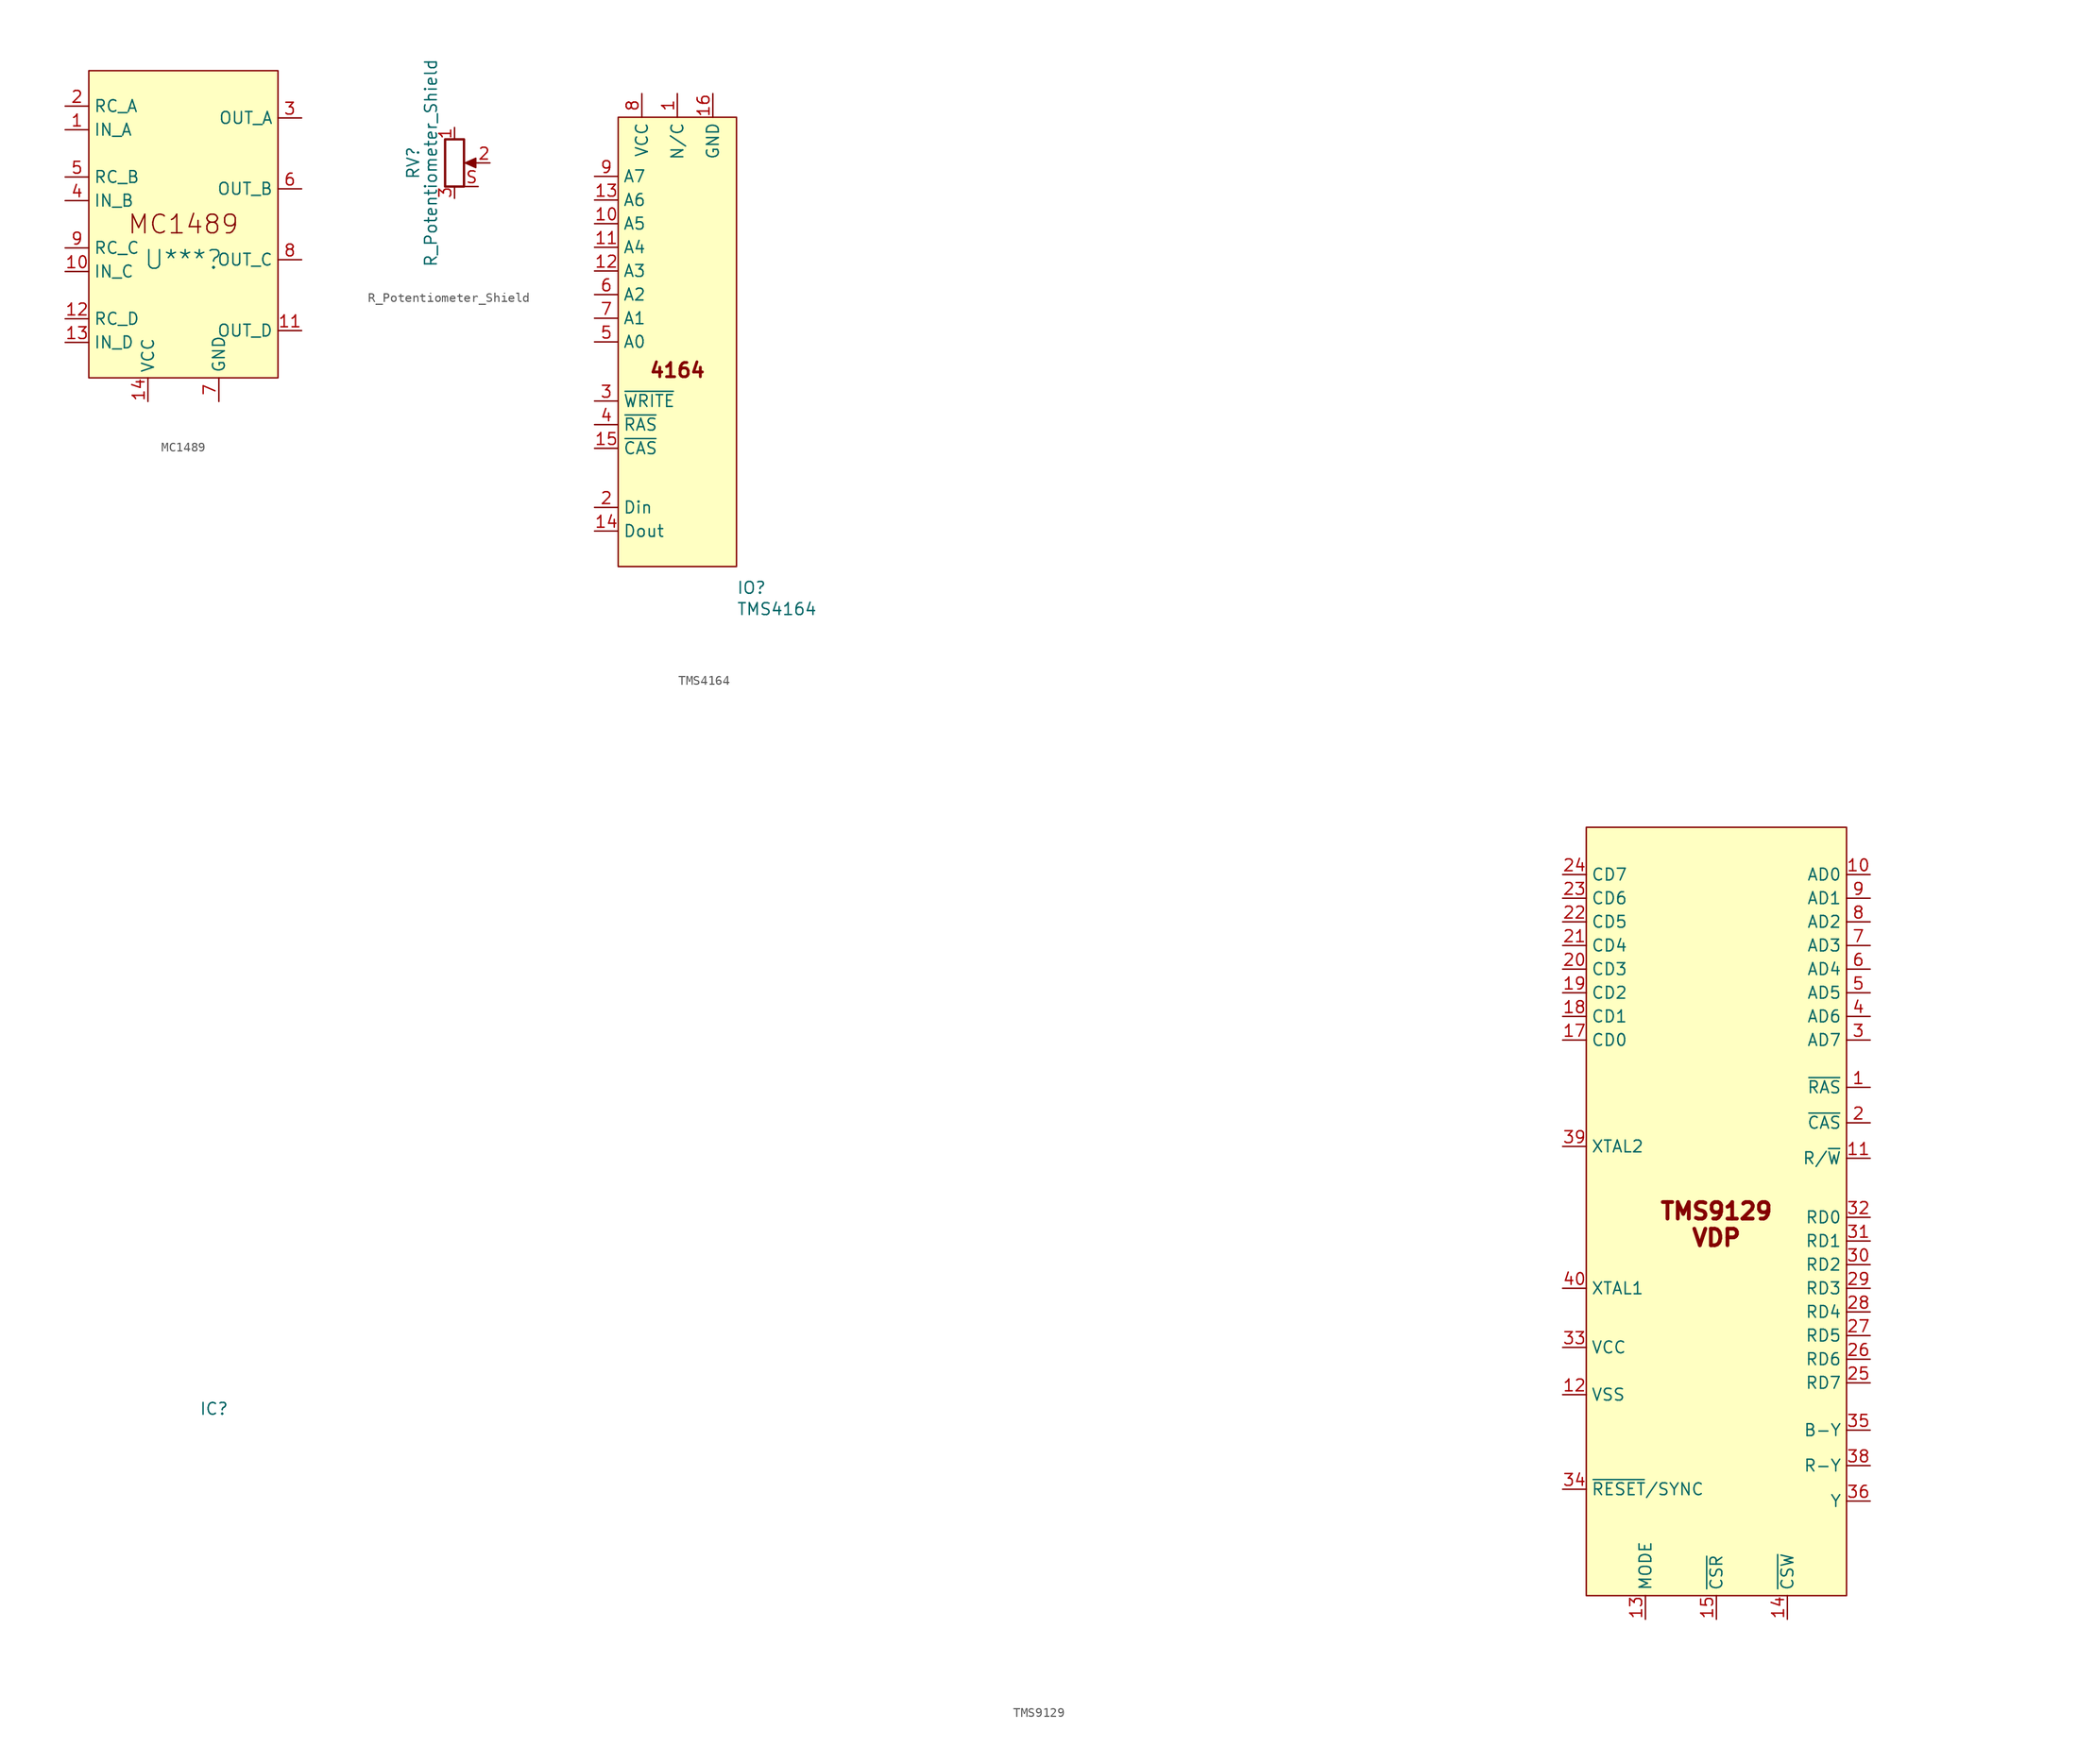
<source format=kicad_sym>
(kicad_symbol_lib
  (version 20241209)
  (generator "kicad_symbol_editor")
  (generator_version "9.0")
  (symbol "MC1489"
    (property "Reference" "U***"
      (at 0 -3.81 0)
      (effects (font (size 2 2))))
    (symbol "MC1489_0_0"
      (pin input line (at -12.7 12.7 0) (length 2.54) (name "RC_A" (effects (font (size 1.27 1.27)))) (number "2" (effects (font (size 1.27 1.27)))))
      (pin input line (at -12.7 10.16 0) (length 2.54) (name "IN_A" (effects (font (size 1.27 1.27)))) (number "1" (effects (font (size 1.27 1.27)))))
      (pin input line (at -12.7 5.08 0) (length 2.54) (name "RC_B" (effects (font (size 1.27 1.27)))) (number "5" (effects (font (size 1.27 1.27)))))
      (pin input line (at -12.7 2.54 0) (length 2.54) (name "IN_B" (effects (font (size 1.27 1.27)))) (number "4" (effects (font (size 1.27 1.27)))))
      (pin input line (at -12.7 -2.54 0) (length 2.54) (name "RC_C" (effects (font (size 1.27 1.27)))) (number "9" (effects (font (size 1.27 1.27)))))
      (pin input line (at -12.7 -5.08 0) (length 2.54) (name "IN_C" (effects (font (size 1.27 1.27)))) (number "10" (effects (font (size 1.27 1.27)))))
      (pin input line (at -12.7 -10.16 0) (length 2.54) (name "RC_D" (effects (font (size 1.27 1.27)))) (number "12" (effects (font (size 1.27 1.27)))))
      (pin input line (at -12.7 -12.7 0) (length 2.54) (name "IN_D" (effects (font (size 1.27 1.27)))) (number "13" (effects (font (size 1.27 1.27)))))
      (pin power_in line (at -3.81 -19.05 90) (length 2.54) (name "VCC" (effects (font (size 1.27 1.27)))) (number "14" (effects (font (size 1.27 1.27)))))
      (pin power_in line (at 3.81 -19.05 90) (length 2.54) (name "GND" (effects (font (size 1.27 1.27)))) (number "7" (effects (font (size 1.27 1.27)))))
      (pin output line (at 12.7 11.43 180) (length 2.54) (name "OUT_A" (effects (font (size 1.27 1.27)))) (number "3" (effects (font (size 1.27 1.27)))))
      (pin output line (at 12.7 3.81 180) (length 2.54) (name "OUT_B" (effects (font (size 1.27 1.27)))) (number "6" (effects (font (size 1.27 1.27)))))
      (pin output line (at 12.7 -3.81 180) (length 2.54) (name "OUT_C" (effects (font (size 1.27 1.27)))) (number "8" (effects (font (size 1.27 1.27)))))
      (pin output line (at 12.7 -11.43 180) (length 2.54) (name "OUT_D" (effects (font (size 1.27 1.27)))) (number "11" (effects (font (size 1.27 1.27))))))
    (symbol "MC1489_1_1"
      (rectangle (start -10.16 16.51) (end 10.16 -16.51) (stroke (width 0) (type default)) (fill (type background)))
      (text "MC1489" (at 0 0 0) (effects (font (size 2 2))))))
  (symbol "R_Potentiometer_Shield"
    (pin_names
      (offset 1.016)
      (hide yes))
    (property "Reference" "RV"
      (at -4.445 0 90)
      (effects (font (size 1.27 1.27))))
    (property "Value" "R_Potentiometer_Shield"
      (at -2.54 0 90)
      (effects (font (size 1.27 1.27))))
    (symbol "R_Potentiometer_Shield_0_1"
      (rectangle (start 1.016 2.54) (end -1.016 -2.54) (stroke (width 0.254) (type default)) (fill (type none)))
      (polyline (pts (xy 1.143 0) (xy 2.286 0.508) (xy 2.286 -0.508) (xy 1.143 0)) (stroke (width 0) (type default)) (fill (type outline)))
      (polyline (pts (xy 2.54 0) (xy 1.524 0)) (stroke (width 0) (type default)) (fill (type none))))
    (symbol "R_Potentiometer_Shield_1_1"
      (pin passive line (at 0 3.81 270) (length 1.27) (name "1" (effects (font (size 1.27 1.27)))) (number "1" (effects (font (size 1.27 1.27)))))
      (pin passive line (at 0 -3.81 90) (length 1.27) (name "3" (effects (font (size 1.27 1.27)))) (number "3" (effects (font (size 1.27 1.27)))))
      (pin passive line (at 2.54 -2.54 180) (length 1.397) (name "S" (effects (font (size 1.27 1.27)))) (number "S" (effects (font (size 1.27 1.27)))))
      (pin passive line (at 3.81 0 180) (length 1.27) (name "2" (effects (font (size 1.27 1.27)))) (number "2" (effects (font (size 1.27 1.27)))))))
  (symbol "TMS4164"
    (property "Reference" "IO"
      (at 6.35 -26.416 0)
      (effects (font (size 1.27 1.27)) (justify left)))
    (property "Value" "TMS4164"
      (at 6.35 -28.702 0)
      (effects (font (size 1.27 1.27)) (justify left)))
    (symbol "TMS4164_0_0"
      (pin input line (at -8.89 17.78 0) (length 2.54) (name "A7" (effects (font (size 1.27 1.27)))) (number "9" (effects (font (size 1.27 1.27)))))
      (pin input line (at -8.89 15.24 0) (length 2.54) (name "A6" (effects (font (size 1.27 1.27)))) (number "13" (effects (font (size 1.27 1.27)))))
      (pin input line (at -8.89 12.7 0) (length 2.54) (name "A5" (effects (font (size 1.27 1.27)))) (number "10" (effects (font (size 1.27 1.27)))))
      (pin input line (at -8.89 10.16 0) (length 2.54) (name "A4" (effects (font (size 1.27 1.27)))) (number "11" (effects (font (size 1.27 1.27)))))
      (pin input line (at -8.89 7.62 0) (length 2.54) (name "A3" (effects (font (size 1.27 1.27)))) (number "12" (effects (font (size 1.27 1.27)))))
      (pin input line (at -8.89 5.08 0) (length 2.54) (name "A2" (effects (font (size 1.27 1.27)))) (number "6" (effects (font (size 1.27 1.27)))))
      (pin input line (at -8.89 2.54 0) (length 2.54) (name "A1" (effects (font (size 1.27 1.27)))) (number "7" (effects (font (size 1.27 1.27)))))
      (pin input line (at -8.89 0 0) (length 2.54) (name "A0" (effects (font (size 1.27 1.27)))) (number "5" (effects (font (size 1.27 1.27)))))
      (pin input line (at -8.89 -6.35 0) (length 2.54) (name "~{WRITE}" (effects (font (size 1.27 1.27)))) (number "3" (effects (font (size 1.27 1.27)))))
      (pin input line (at -8.89 -8.89 0) (length 2.54) (name "~{RAS}" (effects (font (size 1.27 1.27)))) (number "4" (effects (font (size 1.27 1.27)))))
      (pin input line (at -8.89 -11.43 0) (length 2.54) (name "~{CAS}" (effects (font (size 1.27 1.27)))) (number "15" (effects (font (size 1.27 1.27)))))
      (pin power_in line (at -3.81 26.67 270) (length 2.54) (name "VCC" (effects (font (size 1.27 1.27)))) (number "8" (effects (font (size 1.27 1.27)))))
      (pin power_in line (at 3.81 26.67 270) (length 2.54) (name "GND" (effects (font (size 1.27 1.27)))) (number "16" (effects (font (size 1.27 1.27))))))
    (symbol "TMS4164_1_0"
      (pin bidirectional line (at -8.89 -17.78 0) (length 2.54) (name "Din" (effects (font (size 1.27 1.27)))) (number "2" (effects (font (size 1.27 1.27)))))
      (pin bidirectional line (at -8.89 -20.32 0) (length 2.54) (name "Dout" (effects (font (size 1.27 1.27)))) (number "14" (effects (font (size 1.27 1.27)))))
      (pin passive line (at 0 26.67 270) (length 2.54) (name "N/C" (effects (font (size 1.27 1.27)))) (number "1" (effects (font (size 1.27 1.27))))))
    (symbol "TMS4164_1_1"
      (rectangle (start -6.35 24.13) (end 6.35 -24.13) (stroke (width 0) (type default)) (fill (type background)))
      (text "4164" (at 0 -3.048 0) (effects (font (size 1.524 1.524) (thickness 0.305) (bold yes))))))
  (symbol "TMS9129"
    (property "Reference" "IC"
      (at -161.29 -20.574 0)
      (effects (font (size 1.27 1.27))))
    (property "Value" ""
      (at 12.7 43.18 0)
      (effects (font (size 1.27 1.27))))
    (symbol "TMS9129_0_0"
      (pin power_in line (at -16.51 -19.05 0) (length 2.54) (name "VSS" (effects (font (size 1.27 1.27)))) (number "12" (effects (font (size 1.27 1.27)))))
      (pin input line (at -16.51 -29.21 0) (length 2.54) (name "~{RESET}/SYNC" (effects (font (size 1.27 1.27)))) (number "34" (effects (font (size 1.27 1.27)))))
      (pin output line (at 16.51 36.83 180) (length 2.54) (name "AD0" (effects (font (size 1.27 1.27)))) (number "10" (effects (font (size 1.27 1.27)))))
      (pin output line (at 16.51 34.29 180) (length 2.54) (name "AD1" (effects (font (size 1.27 1.27)))) (number "9" (effects (font (size 1.27 1.27)))))
      (pin output line (at 16.51 31.75 180) (length 2.54) (name "AD2" (effects (font (size 1.27 1.27)))) (number "8" (effects (font (size 1.27 1.27)))))
      (pin output line (at 16.51 29.21 180) (length 2.54) (name "AD3" (effects (font (size 1.27 1.27)))) (number "7" (effects (font (size 1.27 1.27)))))
      (pin output line (at 16.51 26.67 180) (length 2.54) (name "AD4" (effects (font (size 1.27 1.27)))) (number "6" (effects (font (size 1.27 1.27)))))
      (pin output line (at 16.51 24.13 180) (length 2.54) (name "AD5" (effects (font (size 1.27 1.27)))) (number "5" (effects (font (size 1.27 1.27)))))
      (pin output line (at 16.51 21.59 180) (length 2.54) (name "AD6" (effects (font (size 1.27 1.27)))) (number "4" (effects (font (size 1.27 1.27)))))
      (pin output line (at 16.51 19.05 180) (length 2.54) (name "AD7" (effects (font (size 1.27 1.27)))) (number "3" (effects (font (size 1.27 1.27)))))
      (pin output line (at 16.51 13.97 180) (length 2.54) (name "~{RAS}" (effects (font (size 1.27 1.27)))) (number "1" (effects (font (size 1.27 1.27)))))
      (pin output line (at 16.51 10.16 180) (length 2.54) (name "~{CAS}" (effects (font (size 1.27 1.27)))) (number "2" (effects (font (size 1.27 1.27)))))
      (pin output line (at 16.51 6.35 180) (length 2.54) (name "R/~{W}" (effects (font (size 1.27 1.27)))) (number "11" (effects (font (size 1.27 1.27))))))
    (symbol "TMS9129_1_0"
      (pin bidirectional line (at -16.51 36.83 0) (length 2.54) (name "CD7" (effects (font (size 1.27 1.27)))) (number "24" (effects (font (size 1.27 1.27)))))
      (pin bidirectional line (at -16.51 34.29 0) (length 2.54) (name "CD6" (effects (font (size 1.27 1.27)))) (number "23" (effects (font (size 1.27 1.27)))))
      (pin bidirectional line (at -16.51 31.75 0) (length 2.54) (name "CD5" (effects (font (size 1.27 1.27)))) (number "22" (effects (font (size 1.27 1.27)))))
      (pin bidirectional line (at -16.51 29.21 0) (length 2.54) (name "CD4" (effects (font (size 1.27 1.27)))) (number "21" (effects (font (size 1.27 1.27)))))
      (pin bidirectional line (at -16.51 26.67 0) (length 2.54) (name "CD3" (effects (font (size 1.27 1.27)))) (number "20" (effects (font (size 1.27 1.27)))))
      (pin bidirectional line (at -16.51 24.13 0) (length 2.54) (name "CD2" (effects (font (size 1.27 1.27)))) (number "19" (effects (font (size 1.27 1.27)))))
      (pin bidirectional line (at -16.51 21.59 0) (length 2.54) (name "CD1" (effects (font (size 1.27 1.27)))) (number "18" (effects (font (size 1.27 1.27)))))
      (pin bidirectional line (at -16.51 19.05 0) (length 2.54) (name "CD0" (effects (font (size 1.27 1.27)))) (number "17" (effects (font (size 1.27 1.27)))))
      (pin input line (at -16.51 7.62 0) (length 2.54) (name "XTAL2" (effects (font (size 1.27 1.27)))) (number "39" (effects (font (size 1.27 1.27)))))
      (pin input line (at -16.51 -7.62 0) (length 2.54) (name "XTAL1" (effects (font (size 1.27 1.27)))) (number "40" (effects (font (size 1.27 1.27)))))
      (pin power_in line (at -16.51 -13.97 0) (length 2.54) (name "VCC" (effects (font (size 1.27 1.27)))) (number "33" (effects (font (size 1.27 1.27)))))
      (pin no_connect line (at -16.51 -21.59 0) (length 2.54) (hide yes) (name "~{INT}" (effects (font (size 1.27 1.27)))) (number "16" (effects (font (size 1.27 1.27)))))
      (pin no_connect line (at -16.51 -24.13 0) (length 2.54) (hide yes) (name "GROMCLK" (effects (font (size 1.27 1.27)))) (number "37" (effects (font (size 1.27 1.27)))))
      (pin input line (at -7.62 -43.18 90) (length 2.54) (name "MODE" (effects (font (size 1.27 1.27)))) (number "13" (effects (font (size 1.27 1.27)))))
      (pin input line (at 0 -43.18 90) (length 2.54) (name "~{CSR}" (effects (font (size 1.27 1.27)))) (number "15" (effects (font (size 1.27 1.27)))))
      (pin input line (at 7.62 -43.18 90) (length 2.54) (name "~{CSW}" (effects (font (size 1.27 1.27)))) (number "14" (effects (font (size 1.27 1.27)))))
      (pin input line (at 16.51 0 180) (length 2.54) (name "RD0" (effects (font (size 1.27 1.27)))) (number "32" (effects (font (size 1.27 1.27)))))
      (pin input line (at 16.51 -2.54 180) (length 2.54) (name "RD1" (effects (font (size 1.27 1.27)))) (number "31" (effects (font (size 1.27 1.27)))))
      (pin input line (at 16.51 -5.08 180) (length 2.54) (name "RD2" (effects (font (size 1.27 1.27)))) (number "30" (effects (font (size 1.27 1.27)))))
      (pin input line (at 16.51 -7.62 180) (length 2.54) (name "RD3" (effects (font (size 1.27 1.27)))) (number "29" (effects (font (size 1.27 1.27)))))
      (pin input line (at 16.51 -10.16 180) (length 2.54) (name "RD4" (effects (font (size 1.27 1.27)))) (number "28" (effects (font (size 1.27 1.27)))))
      (pin input line (at 16.51 -12.7 180) (length 2.54) (name "RD5" (effects (font (size 1.27 1.27)))) (number "27" (effects (font (size 1.27 1.27)))))
      (pin input line (at 16.51 -15.24 180) (length 2.54) (name "RD6" (effects (font (size 1.27 1.27)))) (number "26" (effects (font (size 1.27 1.27)))))
      (pin input line (at 16.51 -17.78 180) (length 2.54) (name "RD7" (effects (font (size 1.27 1.27)))) (number "25" (effects (font (size 1.27 1.27)))))
      (pin bidirectional line (at 16.51 -22.86 180) (length 2.54) (name "B-Y" (effects (font (size 1.27 1.27)))) (number "35" (effects (font (size 1.27 1.27)))))
      (pin output line (at 16.51 -26.67 180) (length 2.54) (name "R-Y" (effects (font (size 1.27 1.27)))) (number "38" (effects (font (size 1.27 1.27)))))
      (pin output line (at 16.51 -30.48 180) (length 2.54) (name "Y" (effects (font (size 1.27 1.27)))) (number "36" (effects (font (size 1.27 1.27))))))
    (symbol "TMS9129_1_1"
      (rectangle (start -13.97 41.91) (end 13.97 -40.64) (stroke (width 0) (type default)) (fill (type background)))
      (text "TMS9129\nVDP" (at 0 -0.762 0) (effects (font (size 1.778 1.778) (thickness 0.406) (bold yes)))))))
</source>
